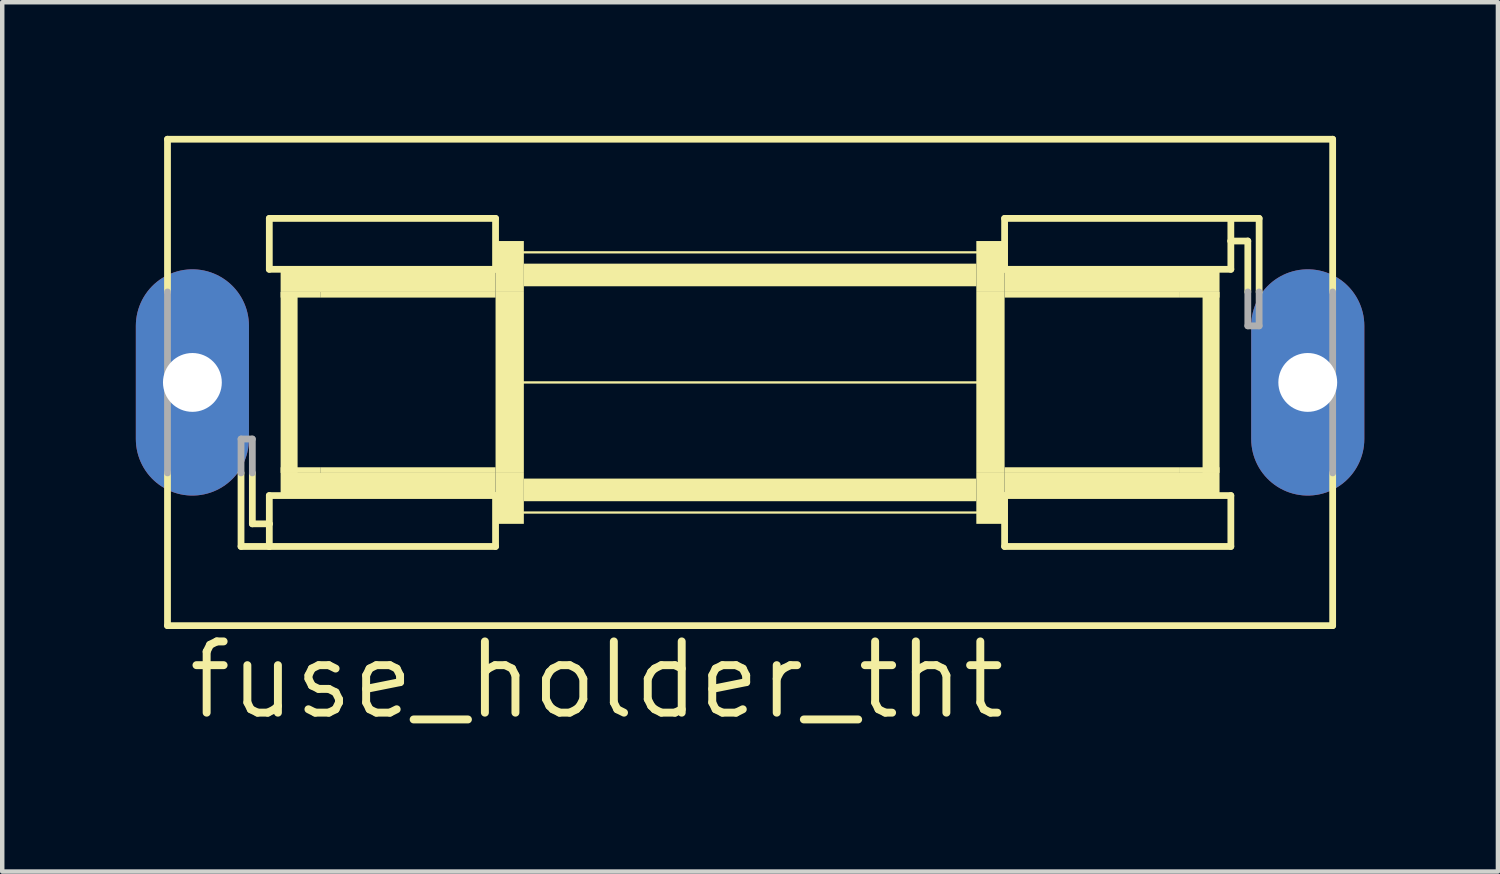
<source format=kicad_pcb>
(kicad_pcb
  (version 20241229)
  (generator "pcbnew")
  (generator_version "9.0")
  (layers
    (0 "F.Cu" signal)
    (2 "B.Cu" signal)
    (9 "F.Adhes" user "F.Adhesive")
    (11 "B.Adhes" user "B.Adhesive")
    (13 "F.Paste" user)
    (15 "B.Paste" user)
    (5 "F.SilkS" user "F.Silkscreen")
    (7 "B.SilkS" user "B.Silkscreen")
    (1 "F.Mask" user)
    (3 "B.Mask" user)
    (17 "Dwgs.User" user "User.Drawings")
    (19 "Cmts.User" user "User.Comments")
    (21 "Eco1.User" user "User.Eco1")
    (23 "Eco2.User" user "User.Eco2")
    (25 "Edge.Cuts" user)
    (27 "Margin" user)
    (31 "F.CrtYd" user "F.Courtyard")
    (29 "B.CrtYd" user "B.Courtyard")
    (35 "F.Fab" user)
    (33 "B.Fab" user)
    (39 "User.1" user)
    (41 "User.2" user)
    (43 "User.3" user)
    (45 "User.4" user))
  (footprint "fuse_holder_tht"
    (layer "F.Cu")
    (at 13.792 5.537)
    (property "Reference" "fuse_holder_tht" (at -12.7 7.62 0) (layer "F.SilkS") (effects (font (size 1.6 1.6) (thickness 0.178)) (justify left bottom)))
    (fp_line (start -13.081 -5.461) (end -13.081 -2.032) (stroke (width 0.152) (type solid)) (layer "F.SilkS"))
    (fp_line (start -13.081 2.032) (end -13.081 5.461) (stroke (width 0.152) (type solid)) (layer "F.SilkS"))
    (fp_line (start -13.081 5.461) (end 13.081 5.461) (stroke (width 0.152) (type solid)) (layer "F.SilkS"))
    (fp_line (start -11.43 3.683) (end -11.43 2.032) (stroke (width 0.152) (type solid)) (layer "F.SilkS"))
    (fp_line (start -11.176 2.032) (end -11.176 3.175) (stroke (width 0.152) (type solid)) (layer "F.SilkS"))
    (fp_line (start -11.176 3.175) (end -10.795 3.175) (stroke (width 0.152) (type solid)) (layer "F.SilkS"))
    (fp_line (start -10.795 -3.683) (end -10.795 -2.54) (stroke (width 0.152) (type solid)) (layer "F.SilkS"))
    (fp_line (start -10.795 -3.683) (end -5.715 -3.683) (stroke (width 0.152) (type solid)) (layer "F.SilkS"))
    (fp_line (start -10.795 -2.54) (end -5.715 -2.54) (stroke (width 0.152) (type solid)) (layer "F.SilkS"))
    (fp_line (start -10.795 2.54) (end -5.715 2.54) (stroke (width 0.152) (type solid)) (layer "F.SilkS"))
    (fp_line (start -10.795 3.175) (end -10.795 2.54) (stroke (width 0.152) (type solid)) (layer "F.SilkS"))
    (fp_line (start -10.795 3.683) (end -11.43 3.683) (stroke (width 0.152) (type solid)) (layer "F.SilkS"))
    (fp_line (start -10.795 3.683) (end -10.795 3.175) (stroke (width 0.152) (type solid)) (layer "F.SilkS"))
    (fp_line (start -5.715 -2.54) (end -5.715 -3.683) (stroke (width 0.152) (type solid)) (layer "F.SilkS"))
    (fp_line (start -5.715 3.683) (end -10.795 3.683) (stroke (width 0.152) (type solid)) (layer "F.SilkS"))
    (fp_line (start -5.715 3.683) (end -5.715 2.54) (stroke (width 0.152) (type solid)) (layer "F.SilkS"))
    (fp_line (start -5.207 0) (end 5.207 0) (stroke (width 0.051) (type solid)) (layer "F.SilkS"))
    (fp_line (start -5.08 -2.921) (end 5.08 -2.921) (stroke (width 0.051) (type solid)) (layer "F.SilkS"))
    (fp_line (start -5.08 2.921) (end 5.08 2.921) (stroke (width 0.051) (type solid)) (layer "F.SilkS"))
    (fp_line (start 5.715 -3.683) (end 5.715 -2.54) (stroke (width 0.152) (type solid)) (layer "F.SilkS"))
    (fp_line (start 5.715 -3.683) (end 10.795 -3.683) (stroke (width 0.152) (type solid)) (layer "F.SilkS"))
    (fp_line (start 5.715 2.54) (end 5.715 3.683) (stroke (width 0.152) (type solid)) (layer "F.SilkS"))
    (fp_line (start 10.795 -3.683) (end 10.795 -3.175) (stroke (width 0.152) (type solid)) (layer "F.SilkS"))
    (fp_line (start 10.795 -3.683) (end 11.43 -3.683) (stroke (width 0.152) (type solid)) (layer "F.SilkS"))
    (fp_line (start 10.795 -3.175) (end 10.795 -2.54) (stroke (width 0.152) (type solid)) (layer "F.SilkS"))
    (fp_line (start 10.795 -2.54) (end 5.715 -2.54) (stroke (width 0.152) (type solid)) (layer "F.SilkS"))
    (fp_line (start 10.795 2.54) (end 5.715 2.54) (stroke (width 0.152) (type solid)) (layer "F.SilkS"))
    (fp_line (start 10.795 3.683) (end 5.715 3.683) (stroke (width 0.152) (type solid)) (layer "F.SilkS"))
    (fp_line (start 10.795 3.683) (end 10.795 2.54) (stroke (width 0.152) (type solid)) (layer "F.SilkS"))
    (fp_line (start 11.176 -3.175) (end 10.795 -3.175) (stroke (width 0.152) (type solid)) (layer "F.SilkS"))
    (fp_line (start 11.176 -2.032) (end 11.176 -3.175) (stroke (width 0.152) (type solid)) (layer "F.SilkS"))
    (fp_line (start 11.43 -3.683) (end 11.43 -2.032) (stroke (width 0.152) (type solid)) (layer "F.SilkS"))
    (fp_line (start 13.081 -5.461) (end -13.081 -5.461) (stroke (width 0.152) (type solid)) (layer "F.SilkS"))
    (fp_line (start 13.081 -5.461) (end 13.081 -2.032) (stroke (width 0.152) (type solid)) (layer "F.SilkS"))
    (fp_line (start 13.081 2.032) (end 13.081 5.461) (stroke (width 0.152) (type solid)) (layer "F.SilkS"))
    (fp_poly (pts (xy -10.541 -2.032) (xy -5.715 -2.032) (xy -5.715 -2.54) (xy -10.541 -2.54)) (stroke (width 0) (type solid)) (fill yes) (layer "F.SilkS"))
    (fp_poly (pts (xy -10.541 -1.905) (xy -9.652 -1.905) (xy -9.652 -2.032) (xy -10.541 -2.032)) (stroke (width 0) (type solid)) (fill yes) (layer "F.SilkS"))
    (fp_poly (pts (xy -10.541 2.032) (xy -10.16 2.032) (xy -10.16 -2.032) (xy -10.541 -2.032)) (stroke (width 0) (type solid)) (fill yes) (layer "F.SilkS"))
    (fp_poly (pts (xy -10.541 2.032) (xy -9.652 2.032) (xy -9.652 1.905) (xy -10.541 1.905)) (stroke (width 0) (type solid)) (fill yes) (layer "F.SilkS"))
    (fp_poly (pts (xy -10.541 2.54) (xy -5.715 2.54) (xy -5.715 2.032) (xy -10.541 2.032)) (stroke (width 0) (type solid)) (fill yes) (layer "F.SilkS"))
    (fp_poly (pts (xy -9.652 -1.905) (xy -5.715 -1.905) (xy -5.715 -2.032) (xy -9.652 -2.032)) (stroke (width 0) (type solid)) (fill yes) (layer "F.SilkS"))
    (fp_poly (pts (xy -9.652 2.032) (xy -5.715 2.032) (xy -5.715 1.905) (xy -9.652 1.905)) (stroke (width 0) (type solid)) (fill yes) (layer "F.SilkS"))
    (fp_poly (pts (xy -5.715 -2.032) (xy -5.08 -2.032) (xy -5.08 -3.175) (xy -5.715 -3.175)) (stroke (width 0) (type solid)) (fill yes) (layer "F.SilkS"))
    (fp_poly (pts (xy -5.715 2.032) (xy -5.08 2.032) (xy -5.08 -2.032) (xy -5.715 -2.032)) (stroke (width 0) (type solid)) (fill yes) (layer "F.SilkS"))
    (fp_poly (pts (xy -5.715 3.175) (xy -5.08 3.175) (xy -5.08 2.032) (xy -5.715 2.032)) (stroke (width 0) (type solid)) (fill yes) (layer "F.SilkS"))
    (fp_poly (pts (xy -5.08 -2.159) (xy 5.08 -2.159) (xy 5.08 -2.667) (xy -5.08 -2.667)) (stroke (width 0) (type solid)) (fill yes) (layer "F.SilkS"))
    (fp_poly (pts (xy -5.08 2.667) (xy 5.08 2.667) (xy 5.08 2.159) (xy -5.08 2.159)) (stroke (width 0) (type solid)) (fill yes) (layer "F.SilkS"))
    (fp_poly (pts (xy 5.08 -2.032) (xy 5.715 -2.032) (xy 5.715 -3.175) (xy 5.08 -3.175)) (stroke (width 0) (type solid)) (fill yes) (layer "F.SilkS"))
    (fp_poly (pts (xy 5.08 2.032) (xy 5.715 2.032) (xy 5.715 -2.032) (xy 5.08 -2.032)) (stroke (width 0) (type solid)) (fill yes) (layer "F.SilkS"))
    (fp_poly (pts (xy 5.08 3.175) (xy 5.715 3.175) (xy 5.715 2.032) (xy 5.08 2.032)) (stroke (width 0) (type solid)) (fill yes) (layer "F.SilkS"))
    (fp_poly (pts (xy 5.715 -2.032) (xy 10.541 -2.032) (xy 10.541 -2.54) (xy 5.715 -2.54)) (stroke (width 0) (type solid)) (fill yes) (layer "F.SilkS"))
    (fp_poly (pts (xy 5.715 -1.905) (xy 9.652 -1.905) (xy 9.652 -2.032) (xy 5.715 -2.032)) (stroke (width 0) (type solid)) (fill yes) (layer "F.SilkS"))
    (fp_poly (pts (xy 5.715 2.032) (xy 9.652 2.032) (xy 9.652 1.905) (xy 5.715 1.905)) (stroke (width 0) (type solid)) (fill yes) (layer "F.SilkS"))
    (fp_poly (pts (xy 5.715 2.54) (xy 10.541 2.54) (xy 10.541 2.032) (xy 5.715 2.032)) (stroke (width 0) (type solid)) (fill yes) (layer "F.SilkS"))
    (fp_poly (pts (xy 9.652 -1.905) (xy 10.541 -1.905) (xy 10.541 -2.032) (xy 9.652 -2.032)) (stroke (width 0) (type solid)) (fill yes) (layer "F.SilkS"))
    (fp_poly (pts (xy 9.652 2.032) (xy 10.541 2.032) (xy 10.541 1.905) (xy 9.652 1.905)) (stroke (width 0) (type solid)) (fill yes) (layer "F.SilkS"))
    (fp_poly (pts (xy 10.16 2.032) (xy 10.541 2.032) (xy 10.541 -2.032) (xy 10.16 -2.032)) (stroke (width 0) (type solid)) (fill yes) (layer "F.SilkS"))
    (fp_line (start -13.081 2.032) (end -13.081 -2.032) (stroke (width 0.152) (type solid)) (layer "F.Fab"))
    (fp_line (start -11.43 1.27) (end -11.176 1.27) (stroke (width 0.152) (type solid)) (layer "F.Fab"))
    (fp_line (start -11.43 2.032) (end -11.43 1.27) (stroke (width 0.152) (type solid)) (layer "F.Fab"))
    (fp_line (start -11.176 1.27) (end -11.176 2.032) (stroke (width 0.152) (type solid)) (layer "F.Fab"))
    (fp_line (start 11.176 -1.27) (end 11.176 -2.032) (stroke (width 0.152) (type solid)) (layer "F.Fab"))
    (fp_line (start 11.43 -2.032) (end 11.43 -1.27) (stroke (width 0.152) (type solid)) (layer "F.Fab"))
    (fp_line (start 11.43 -1.27) (end 11.176 -1.27) (stroke (width 0.152) (type solid)) (layer "F.Fab"))
    (fp_line (start 13.081 2.032) (end 13.081 -2.032) (stroke (width 0.152) (type solid)) (layer "F.Fab"))
    (pad "1" thru_hole oval (at -12.522 0 90) (size 5.08 2.54) (drill 1.321) (layers "*.Cu" "*.Mask"))
    (pad "2" thru_hole oval (at 12.522 0 90) (size 5.08 2.54) (drill 1.321) (layers "*.Cu" "*.Mask")))
  (gr_rect
    (start -3 -3)
    (end 30.584 16.52)
    (stroke (width 0.1) (type default))
    (fill no)
    (layer "Edge.Cuts")))
</source>
